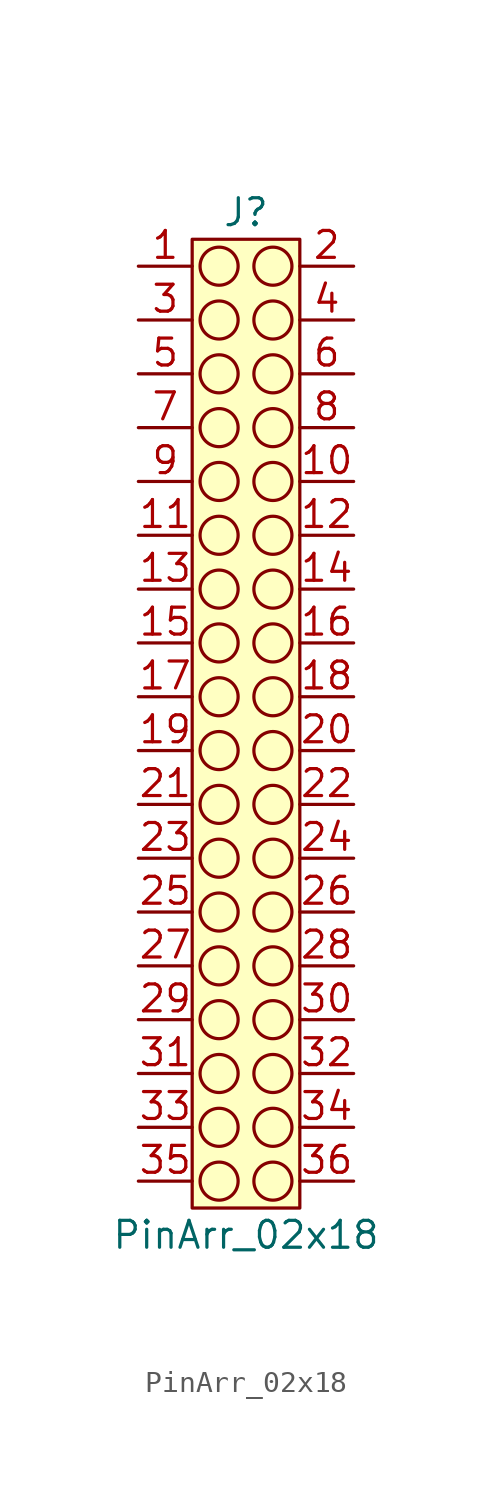
<source format=kicad_sym>
(kicad_symbol_lib
  (version 20220914)
  (generator kicad_symbol_editor)
  (symbol "PinArr_02x18"
    (property "Reference" "J"
      (at 0 24.13 0)
      (effects (font (size 1.27 1.27))))
    (property "Value" "PinArr_02x18"
      (at 0 -24.13 0)
      (effects (font (size 1.27 1.27))))
    (symbol "PinArr_02x18_0_1"
      (circle (center -1.27 -21.59) (radius 0.898) (stroke (width 0) (type default)) (fill (type none)))
      (circle (center -1.27 -19.05) (radius 0.898) (stroke (width 0) (type default)) (fill (type none)))
      (circle (center -1.27 -16.51) (radius 0.898) (stroke (width 0) (type default)) (fill (type none)))
      (circle (center -1.27 -13.97) (radius 0.898) (stroke (width 0) (type default)) (fill (type none)))
      (circle (center -1.27 -11.43) (radius 0.898) (stroke (width 0) (type default)) (fill (type none)))
      (circle (center -1.27 -8.89) (radius 0.898) (stroke (width 0) (type default)) (fill (type none)))
      (circle (center -1.27 -6.35) (radius 0.898) (stroke (width 0) (type default)) (fill (type none)))
      (circle (center -1.27 -3.81) (radius 0.898) (stroke (width 0) (type default)) (fill (type none)))
      (circle (center -1.27 -1.27) (radius 0.898) (stroke (width 0) (type default)) (fill (type none)))
      (circle (center -1.27 1.27) (radius 0.898) (stroke (width 0) (type default)) (fill (type none)))
      (circle (center -1.27 3.81) (radius 0.898) (stroke (width 0) (type default)) (fill (type none)))
      (circle (center -1.27 6.35) (radius 0.898) (stroke (width 0) (type default)) (fill (type none)))
      (circle (center -1.27 8.89) (radius 0.898) (stroke (width 0) (type default)) (fill (type none)))
      (circle (center -1.27 11.43) (radius 0.898) (stroke (width 0) (type default)) (fill (type none)))
      (circle (center -1.27 13.97) (radius 0.898) (stroke (width 0) (type default)) (fill (type none)))
      (circle (center -1.27 16.51) (radius 0.898) (stroke (width 0) (type default)) (fill (type none)))
      (circle (center -1.27 19.05) (radius 0.898) (stroke (width 0) (type default)) (fill (type none)))
      (circle (center -1.27 21.59) (radius 0.898) (stroke (width 0) (type default)) (fill (type none)))
      (circle (center 1.27 -21.59) (radius 0.898) (stroke (width 0) (type default)) (fill (type none)))
      (circle (center 1.27 -19.05) (radius 0.898) (stroke (width 0) (type default)) (fill (type none)))
      (circle (center 1.27 -16.51) (radius 0.898) (stroke (width 0) (type default)) (fill (type none)))
      (circle (center 1.27 -13.97) (radius 0.898) (stroke (width 0) (type default)) (fill (type none)))
      (circle (center 1.27 -11.43) (radius 0.898) (stroke (width 0) (type default)) (fill (type none)))
      (circle (center 1.27 -8.89) (radius 0.898) (stroke (width 0) (type default)) (fill (type none)))
      (circle (center 1.27 -6.35) (radius 0.898) (stroke (width 0) (type default)) (fill (type none)))
      (circle (center 1.27 -3.81) (radius 0.898) (stroke (width 0) (type default)) (fill (type none)))
      (circle (center 1.27 -1.27) (radius 0.898) (stroke (width 0) (type default)) (fill (type none)))
      (circle (center 1.27 1.27) (radius 0.898) (stroke (width 0) (type default)) (fill (type none)))
      (circle (center 1.27 3.81) (radius 0.898) (stroke (width 0) (type default)) (fill (type none)))
      (circle (center 1.27 6.35) (radius 0.898) (stroke (width 0) (type default)) (fill (type none)))
      (circle (center 1.27 8.89) (radius 0.898) (stroke (width 0) (type default)) (fill (type none)))
      (circle (center 1.27 11.43) (radius 0.898) (stroke (width 0) (type default)) (fill (type none)))
      (circle (center 1.27 13.97) (radius 0.898) (stroke (width 0) (type default)) (fill (type none)))
      (circle (center 1.27 16.51) (radius 0.898) (stroke (width 0) (type default)) (fill (type none)))
      (circle (center 1.27 19.05) (radius 0.898) (stroke (width 0) (type default)) (fill (type none)))
      (circle (center 1.27 21.59) (radius 0.898) (stroke (width 0) (type default)) (fill (type none))))
    (symbol "PinArr_02x18_1_1"
      (rectangle (start -2.54 22.86) (end 2.54 -22.86) (stroke (width 0) (type default)) (fill (type background)))
      (pin passive line (at -5.08 21.59 0) (length 2.54) (name "" (effects (font (size 1.27 1.27)))) (number "1" (effects (font (size 1.27 1.27)))))
      (pin passive line (at 5.08 11.43 180) (length 2.54) (name "" (effects (font (size 1.27 1.27)))) (number "10" (effects (font (size 1.27 1.27)))))
      (pin passive line (at -5.08 8.89 0) (length 2.54) (name "" (effects (font (size 1.27 1.27)))) (number "11" (effects (font (size 1.27 1.27)))))
      (pin passive line (at 5.08 8.89 180) (length 2.54) (name "" (effects (font (size 1.27 1.27)))) (number "12" (effects (font (size 1.27 1.27)))))
      (pin passive line (at -5.08 6.35 0) (length 2.54) (name "" (effects (font (size 1.27 1.27)))) (number "13" (effects (font (size 1.27 1.27)))))
      (pin passive line (at 5.08 6.35 180) (length 2.54) (name "" (effects (font (size 1.27 1.27)))) (number "14" (effects (font (size 1.27 1.27)))))
      (pin passive line (at -5.08 3.81 0) (length 2.54) (name "" (effects (font (size 1.27 1.27)))) (number "15" (effects (font (size 1.27 1.27)))))
      (pin passive line (at 5.08 3.81 180) (length 2.54) (name "" (effects (font (size 1.27 1.27)))) (number "16" (effects (font (size 1.27 1.27)))))
      (pin passive line (at -5.08 1.27 0) (length 2.54) (name "" (effects (font (size 1.27 1.27)))) (number "17" (effects (font (size 1.27 1.27)))))
      (pin passive line (at 5.08 1.27 180) (length 2.54) (name "" (effects (font (size 1.27 1.27)))) (number "18" (effects (font (size 1.27 1.27)))))
      (pin passive line (at -5.08 -1.27 0) (length 2.54) (name "" (effects (font (size 1.27 1.27)))) (number "19" (effects (font (size 1.27 1.27)))))
      (pin passive line (at 5.08 21.59 180) (length 2.54) (name "" (effects (font (size 1.27 1.27)))) (number "2" (effects (font (size 1.27 1.27)))))
      (pin passive line (at 5.08 -1.27 180) (length 2.54) (name "" (effects (font (size 1.27 1.27)))) (number "20" (effects (font (size 1.27 1.27)))))
      (pin passive line (at -5.08 -3.81 0) (length 2.54) (name "" (effects (font (size 1.27 1.27)))) (number "21" (effects (font (size 1.27 1.27)))))
      (pin passive line (at 5.08 -3.81 180) (length 2.54) (name "" (effects (font (size 1.27 1.27)))) (number "22" (effects (font (size 1.27 1.27)))))
      (pin passive line (at -5.08 -6.35 0) (length 2.54) (name "" (effects (font (size 1.27 1.27)))) (number "23" (effects (font (size 1.27 1.27)))))
      (pin passive line (at 5.08 -6.35 180) (length 2.54) (name "" (effects (font (size 1.27 1.27)))) (number "24" (effects (font (size 1.27 1.27)))))
      (pin passive line (at -5.08 -8.89 0) (length 2.54) (name "" (effects (font (size 1.27 1.27)))) (number "25" (effects (font (size 1.27 1.27)))))
      (pin passive line (at 5.08 -8.89 180) (length 2.54) (name "" (effects (font (size 1.27 1.27)))) (number "26" (effects (font (size 1.27 1.27)))))
      (pin passive line (at -5.08 -11.43 0) (length 2.54) (name "" (effects (font (size 1.27 1.27)))) (number "27" (effects (font (size 1.27 1.27)))))
      (pin passive line (at 5.08 -11.43 180) (length 2.54) (name "" (effects (font (size 1.27 1.27)))) (number "28" (effects (font (size 1.27 1.27)))))
      (pin passive line (at -5.08 -13.97 0) (length 2.54) (name "" (effects (font (size 1.27 1.27)))) (number "29" (effects (font (size 1.27 1.27)))))
      (pin passive line (at -5.08 19.05 0) (length 2.54) (name "" (effects (font (size 1.27 1.27)))) (number "3" (effects (font (size 1.27 1.27)))))
      (pin passive line (at 5.08 -13.97 180) (length 2.54) (name "" (effects (font (size 1.27 1.27)))) (number "30" (effects (font (size 1.27 1.27)))))
      (pin passive line (at -5.08 -16.51 0) (length 2.54) (name "" (effects (font (size 1.27 1.27)))) (number "31" (effects (font (size 1.27 1.27)))))
      (pin passive line (at 5.08 -16.51 180) (length 2.54) (name "" (effects (font (size 1.27 1.27)))) (number "32" (effects (font (size 1.27 1.27)))))
      (pin passive line (at -5.08 -19.05 0) (length 2.54) (name "" (effects (font (size 1.27 1.27)))) (number "33" (effects (font (size 1.27 1.27)))))
      (pin passive line (at 5.08 -19.05 180) (length 2.54) (name "" (effects (font (size 1.27 1.27)))) (number "34" (effects (font (size 1.27 1.27)))))
      (pin passive line (at -5.08 -21.59 0) (length 2.54) (name "" (effects (font (size 1.27 1.27)))) (number "35" (effects (font (size 1.27 1.27)))))
      (pin passive line (at 5.08 -21.59 180) (length 2.54) (name "" (effects (font (size 1.27 1.27)))) (number "36" (effects (font (size 1.27 1.27)))))
      (pin passive line (at 5.08 19.05 180) (length 2.54) (name "" (effects (font (size 1.27 1.27)))) (number "4" (effects (font (size 1.27 1.27)))))
      (pin passive line (at -5.08 16.51 0) (length 2.54) (name "" (effects (font (size 1.27 1.27)))) (number "5" (effects (font (size 1.27 1.27)))))
      (pin passive line (at 5.08 16.51 180) (length 2.54) (name "" (effects (font (size 1.27 1.27)))) (number "6" (effects (font (size 1.27 1.27)))))
      (pin passive line (at -5.08 13.97 0) (length 2.54) (name "" (effects (font (size 1.27 1.27)))) (number "7" (effects (font (size 1.27 1.27)))))
      (pin passive line (at 5.08 13.97 180) (length 2.54) (name "" (effects (font (size 1.27 1.27)))) (number "8" (effects (font (size 1.27 1.27)))))
      (pin passive line (at -5.08 11.43 0) (length 2.54) (name "" (effects (font (size 1.27 1.27)))) (number "9" (effects (font (size 1.27 1.27))))))))
</source>
